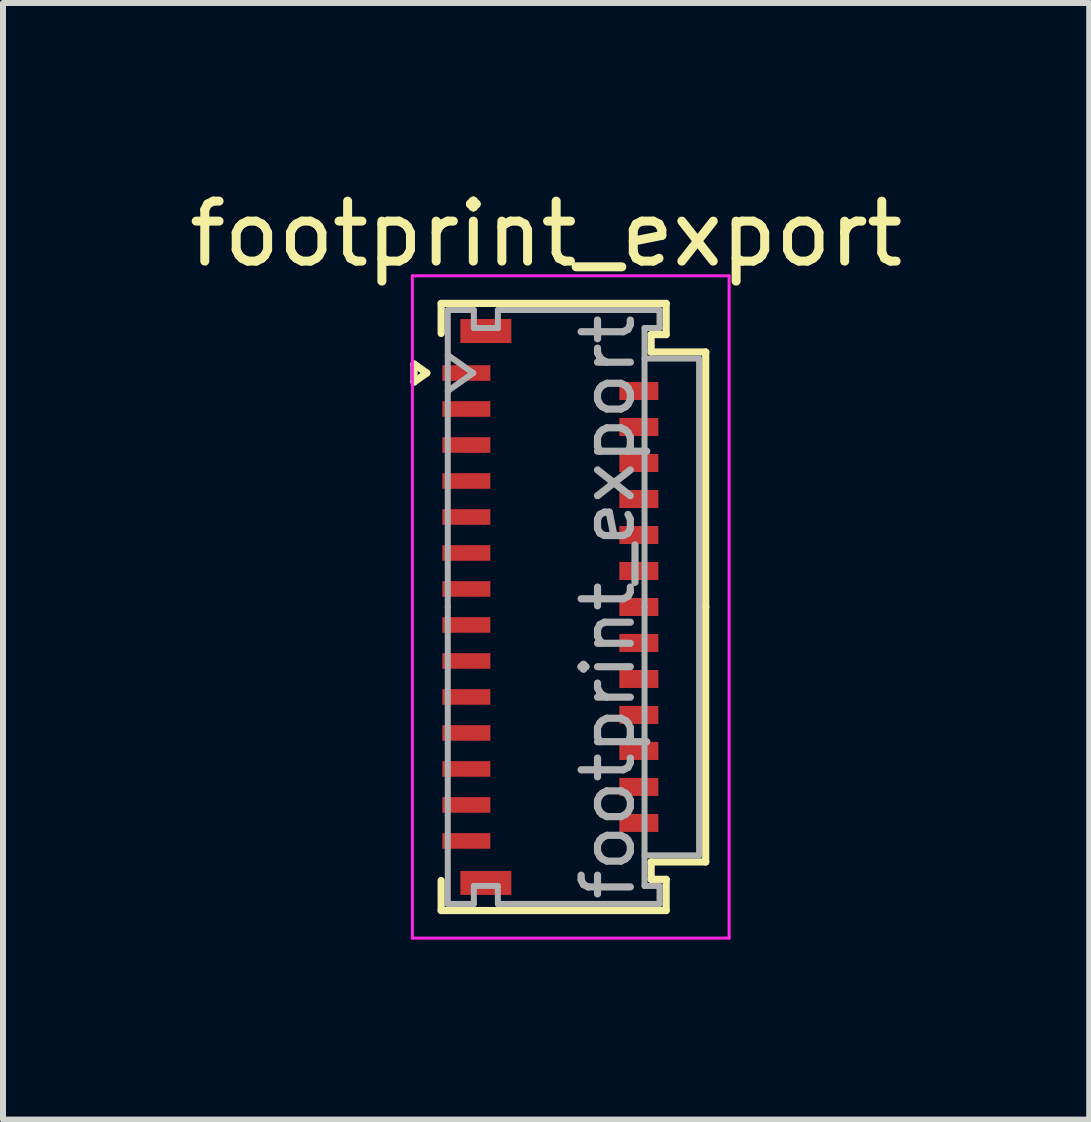
<source format=kicad_pcb>
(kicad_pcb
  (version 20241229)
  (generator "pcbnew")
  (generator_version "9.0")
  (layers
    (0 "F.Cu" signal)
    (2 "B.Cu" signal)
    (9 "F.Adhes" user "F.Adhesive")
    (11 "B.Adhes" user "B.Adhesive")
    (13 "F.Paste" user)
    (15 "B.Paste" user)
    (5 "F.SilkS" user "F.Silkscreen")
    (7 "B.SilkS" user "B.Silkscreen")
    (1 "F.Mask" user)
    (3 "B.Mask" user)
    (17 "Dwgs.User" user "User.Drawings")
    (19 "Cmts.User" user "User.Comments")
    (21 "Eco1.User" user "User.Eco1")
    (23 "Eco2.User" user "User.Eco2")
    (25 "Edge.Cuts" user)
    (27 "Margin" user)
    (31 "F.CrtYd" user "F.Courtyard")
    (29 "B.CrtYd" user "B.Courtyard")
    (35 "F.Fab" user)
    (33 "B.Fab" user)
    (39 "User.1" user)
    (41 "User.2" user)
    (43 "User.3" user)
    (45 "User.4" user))
  (footprint "footprint_export"
    (layer "F.Cu")
    (at 6.124 7.068)
    (property "Reference" "footprint_export" (at -0.07 -6.22 0) (layer "F.SilkS") (effects (font (size 1 1) (thickness 0.15))))
    (attr smd)
    (fp_line (start -2.272 -4.05) (end -2.06 -3.9) (stroke (width 0.12) (type solid)) (layer "F.SilkS"))
    (fp_line (start -2.272 -3.75) (end -2.272 -4.05) (stroke (width 0.12) (type solid)) (layer "F.SilkS"))
    (fp_line (start -2.06 -3.9) (end -2.272 -3.75) (stroke (width 0.12) (type solid)) (layer "F.SilkS"))
    (fp_line (start -1.82 -5.06) (end 1.93 -5.06) (stroke (width 0.12) (type solid)) (layer "F.SilkS"))
    (fp_line (start -1.82 -4.56) (end -1.82 -5.06) (stroke (width 0.12) (type solid)) (layer "F.SilkS"))
    (fp_line (start -1.82 4.56) (end -1.82 5.06) (stroke (width 0.12) (type solid)) (layer "F.SilkS"))
    (fp_line (start -1.82 5.06) (end 1.93 5.06) (stroke (width 0.12) (type solid)) (layer "F.SilkS"))
    (fp_line (start 1.68 -4.54) (end 1.68 -4.25) (stroke (width 0.12) (type solid)) (layer "F.SilkS"))
    (fp_line (start 1.68 -4.25) (end 2.59 -4.25) (stroke (width 0.12) (type solid)) (layer "F.SilkS"))
    (fp_line (start 1.68 4.25) (end 2.59 4.25) (stroke (width 0.12) (type solid)) (layer "F.SilkS"))
    (fp_line (start 1.68 4.54) (end 1.68 4.25) (stroke (width 0.12) (type solid)) (layer "F.SilkS"))
    (fp_line (start 1.93 -5.06) (end 1.93 -4.54) (stroke (width 0.12) (type solid)) (layer "F.SilkS"))
    (fp_line (start 1.93 -4.54) (end 1.68 -4.54) (stroke (width 0.12) (type solid)) (layer "F.SilkS"))
    (fp_line (start 1.93 4.54) (end 1.68 4.54) (stroke (width 0.12) (type solid)) (layer "F.SilkS"))
    (fp_line (start 1.93 5.06) (end 1.93 4.54) (stroke (width 0.12) (type solid)) (layer "F.SilkS"))
    (fp_line (start 2.59 -4.25) (end 2.59 0) (stroke (width 0.12) (type solid)) (layer "F.SilkS"))
    (fp_line (start 2.59 4.25) (end 2.59 0) (stroke (width 0.12) (type solid)) (layer "F.SilkS"))
    (fp_line (start -2.3 -5.52) (end -2.3 5.52) (stroke (width 0.05) (type solid)) (layer "F.CrtYd"))
    (fp_line (start -2.3 5.52) (end 2.98 5.52) (stroke (width 0.05) (type solid)) (layer "F.CrtYd"))
    (fp_line (start 2.98 -5.52) (end -2.3 -5.52) (stroke (width 0.05) (type solid)) (layer "F.CrtYd"))
    (fp_line (start 2.98 5.52) (end 2.98 -5.52) (stroke (width 0.05) (type solid)) (layer "F.CrtYd"))
    (fp_line (start -1.71 -4.95) (end -1.275 -4.95) (stroke (width 0.1) (type solid)) (layer "F.Fab"))
    (fp_line (start -1.71 -4.2) (end -1.286 -3.9) (stroke (width 0.1) (type solid)) (layer "F.Fab"))
    (fp_line (start -1.71 0) (end -1.71 -4.95) (stroke (width 0.1) (type solid)) (layer "F.Fab"))
    (fp_line (start -1.71 0) (end -1.71 4.95) (stroke (width 0.1) (type solid)) (layer "F.Fab"))
    (fp_line (start -1.71 4.95) (end -1.275 4.95) (stroke (width 0.1) (type solid)) (layer "F.Fab"))
    (fp_line (start -1.286 -3.9) (end -1.71 -3.6) (stroke (width 0.1) (type solid)) (layer "F.Fab"))
    (fp_line (start -1.275 -4.95) (end -1.275 -4.65) (stroke (width 0.1) (type solid)) (layer "F.Fab"))
    (fp_line (start -1.275 -4.65) (end -0.875 -4.65) (stroke (width 0.1) (type solid)) (layer "F.Fab"))
    (fp_line (start -1.275 4.65) (end -0.875 4.65) (stroke (width 0.1) (type solid)) (layer "F.Fab"))
    (fp_line (start -1.275 4.95) (end -1.275 4.65) (stroke (width 0.1) (type solid)) (layer "F.Fab"))
    (fp_line (start -0.875 -4.95) (end 1.82 -4.95) (stroke (width 0.1) (type solid)) (layer "F.Fab"))
    (fp_line (start -0.875 -4.65) (end -0.875 -4.95) (stroke (width 0.1) (type solid)) (layer "F.Fab"))
    (fp_line (start -0.875 4.65) (end -0.875 4.95) (stroke (width 0.1) (type solid)) (layer "F.Fab"))
    (fp_line (start -0.875 4.95) (end 1.82 4.95) (stroke (width 0.1) (type solid)) (layer "F.Fab"))
    (fp_line (start 1.57 -4.65) (end 1.57 0) (stroke (width 0.1) (type solid)) (layer "F.Fab"))
    (fp_line (start 1.57 -4.14) (end 2.48 -4.14) (stroke (width 0.1) (type solid)) (layer "F.Fab"))
    (fp_line (start 1.57 4.65) (end 1.57 0) (stroke (width 0.1) (type solid)) (layer "F.Fab"))
    (fp_line (start 1.82 -4.95) (end 1.82 -4.65) (stroke (width 0.1) (type solid)) (layer "F.Fab"))
    (fp_line (start 1.82 -4.65) (end 1.57 -4.65) (stroke (width 0.1) (type solid)) (layer "F.Fab"))
    (fp_line (start 1.82 4.65) (end 1.57 4.65) (stroke (width 0.1) (type solid)) (layer "F.Fab"))
    (fp_line (start 1.82 4.95) (end 1.82 4.65) (stroke (width 0.1) (type solid)) (layer "F.Fab"))
    (fp_line (start 2.48 -4.14) (end 2.48 4.14) (stroke (width 0.1) (type solid)) (layer "F.Fab"))
    (fp_line (start 2.48 4.14) (end 1.57 4.14) (stroke (width 0.1) (type solid)) (layer "F.Fab"))
    (fp_text user "${REFERENCE}" (at 0.96 0 90) (layer "F.Fab") (effects (font (size 0.82 0.82) (thickness 0.12))))
    (pad "1" smd rect (at -1.4 -3.9) (size 0.8 0.26) (layers "F.Cu" "F.Mask" "F.Paste"))
    (pad "2" smd rect (at 1.475 -3.6) (size 0.65 0.3) (layers "F.Cu" "F.Mask" "F.Paste"))
    (pad "3" smd rect (at -1.4 -3.3) (size 0.8 0.26) (layers "F.Cu" "F.Mask" "F.Paste"))
    (pad "4" smd rect (at 1.475 -3) (size 0.65 0.3) (layers "F.Cu" "F.Mask" "F.Paste"))
    (pad "5" smd rect (at -1.4 -2.7) (size 0.8 0.26) (layers "F.Cu" "F.Mask" "F.Paste"))
    (pad "6" smd rect (at 1.475 -2.4) (size 0.65 0.3) (layers "F.Cu" "F.Mask" "F.Paste"))
    (pad "7" smd rect (at -1.4 -2.1) (size 0.8 0.26) (layers "F.Cu" "F.Mask" "F.Paste"))
    (pad "8" smd rect (at 1.475 -1.8) (size 0.65 0.3) (layers "F.Cu" "F.Mask" "F.Paste"))
    (pad "9" smd rect (at -1.4 -1.5) (size 0.8 0.26) (layers "F.Cu" "F.Mask" "F.Paste"))
    (pad "10" smd rect (at 1.475 -1.2) (size 0.65 0.3) (layers "F.Cu" "F.Mask" "F.Paste"))
    (pad "11" smd rect (at -1.4 -0.9) (size 0.8 0.26) (layers "F.Cu" "F.Mask" "F.Paste"))
    (pad "12" smd rect (at 1.475 -0.6) (size 0.65 0.3) (layers "F.Cu" "F.Mask" "F.Paste"))
    (pad "13" smd rect (at -1.4 -0.3) (size 0.8 0.26) (layers "F.Cu" "F.Mask" "F.Paste"))
    (pad "14" smd rect (at 1.475 0) (size 0.65 0.3) (layers "F.Cu" "F.Mask" "F.Paste"))
    (pad "15" smd rect (at -1.4 0.3) (size 0.8 0.26) (layers "F.Cu" "F.Mask" "F.Paste"))
    (pad "16" smd rect (at 1.475 0.6) (size 0.65 0.3) (layers "F.Cu" "F.Mask" "F.Paste"))
    (pad "17" smd rect (at -1.4 0.9) (size 0.8 0.26) (layers "F.Cu" "F.Mask" "F.Paste"))
    (pad "18" smd rect (at 1.475 1.2) (size 0.65 0.3) (layers "F.Cu" "F.Mask" "F.Paste"))
    (pad "19" smd rect (at -1.4 1.5) (size 0.8 0.26) (layers "F.Cu" "F.Mask" "F.Paste"))
    (pad "20" smd rect (at 1.475 1.8) (size 0.65 0.3) (layers "F.Cu" "F.Mask" "F.Paste"))
    (pad "21" smd rect (at -1.4 2.1) (size 0.8 0.26) (layers "F.Cu" "F.Mask" "F.Paste"))
    (pad "22" smd rect (at 1.475 2.4) (size 0.65 0.3) (layers "F.Cu" "F.Mask" "F.Paste"))
    (pad "23" smd rect (at -1.4 2.7) (size 0.8 0.26) (layers "F.Cu" "F.Mask" "F.Paste"))
    (pad "24" smd rect (at 1.475 3) (size 0.65 0.3) (layers "F.Cu" "F.Mask" "F.Paste"))
    (pad "25" smd rect (at -1.4 3.3) (size 0.8 0.26) (layers "F.Cu" "F.Mask" "F.Paste"))
    (pad "26" smd rect (at 1.475 3.6) (size 0.65 0.3) (layers "F.Cu" "F.Mask" "F.Paste"))
    (pad "27" smd rect (at -1.4 3.9) (size 0.8 0.26) (layers "F.Cu" "F.Mask" "F.Paste"))
    (pad "MP" smd rect (at -1.075 -4.6) (size 0.85 0.4) (layers "F.Cu" "F.Mask" "F.Paste"))
    (pad "MP" smd rect (at -1.075 4.6) (size 0.85 0.4) (layers "F.Cu" "F.Mask" "F.Paste")))
  (gr_rect
    (start -3 -3)
    (end 15.107 15.613)
    (stroke (width 0.1) (type default))
    (fill no)
    (layer "Edge.Cuts")))
</source>
